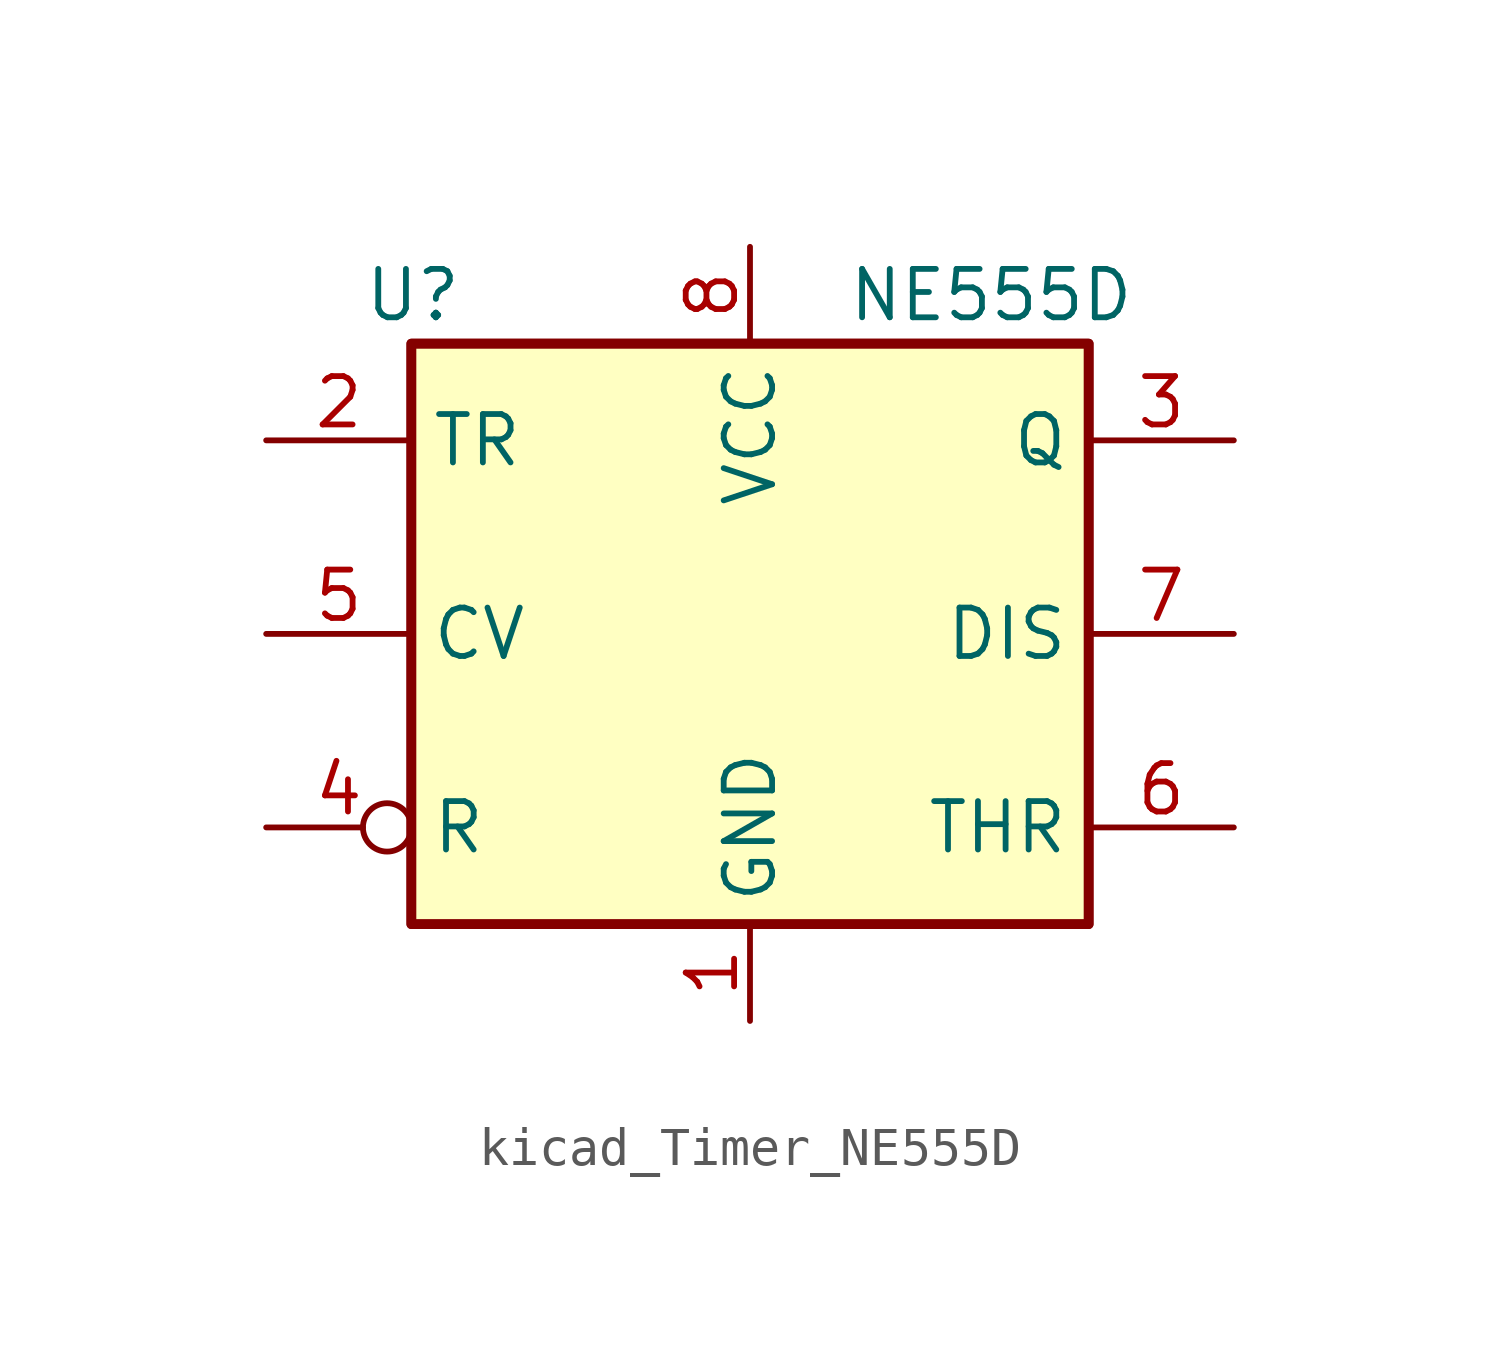
<source format=kicad_sym>
(kicad_symbol_lib
  (version 20220914)
  (generator kicad_symbol_editor)
  (symbol "kicad_Timer_NE555D"
    (property "Reference" "U"
      (at -10.16 8.89 0)
      (effects (font (size 1.27 1.27)) (justify left)))
    (property "Value" "NE555D"
      (at 2.54 8.89 0)
      (effects (font (size 1.27 1.27)) (justify left)))
    (symbol "kicad_Timer_NE555D_0_0"
      (pin power_in line (at 0 -10.16 90) (length 2.54) (name "GND" (effects (font (size 1.27 1.27)))) (number "1" (effects (font (size 1.27 1.27)))))
      (pin power_in line (at 0 10.16 270) (length 2.54) (name "VCC" (effects (font (size 1.27 1.27)))) (number "8" (effects (font (size 1.27 1.27))))))
    (symbol "kicad_Timer_NE555D_0_1"
      (rectangle (start -8.89 -7.62) (end 8.89 7.62) (stroke (width 0.254) (type default)) (fill (type background)))
      (rectangle (start -8.89 -7.62) (end 8.89 7.62) (stroke (width 0.254) (type default)) (fill (type background))))
    (symbol "kicad_Timer_NE555D_1_1"
      (pin input line (at -12.7 5.08 0) (length 3.81) (name "TR" (effects (font (size 1.27 1.27)))) (number "2" (effects (font (size 1.27 1.27)))))
      (pin output line (at 12.7 5.08 180) (length 3.81) (name "Q" (effects (font (size 1.27 1.27)))) (number "3" (effects (font (size 1.27 1.27)))))
      (pin input inverted (at -12.7 -5.08 0) (length 3.81) (name "R" (effects (font (size 1.27 1.27)))) (number "4" (effects (font (size 1.27 1.27)))))
      (pin input line (at -12.7 0 0) (length 3.81) (name "CV" (effects (font (size 1.27 1.27)))) (number "5" (effects (font (size 1.27 1.27)))))
      (pin input line (at 12.7 -5.08 180) (length 3.81) (name "THR" (effects (font (size 1.27 1.27)))) (number "6" (effects (font (size 1.27 1.27)))))
      (pin input line (at 12.7 0 180) (length 3.81) (name "DIS" (effects (font (size 1.27 1.27)))) (number "7" (effects (font (size 1.27 1.27))))))))
</source>
